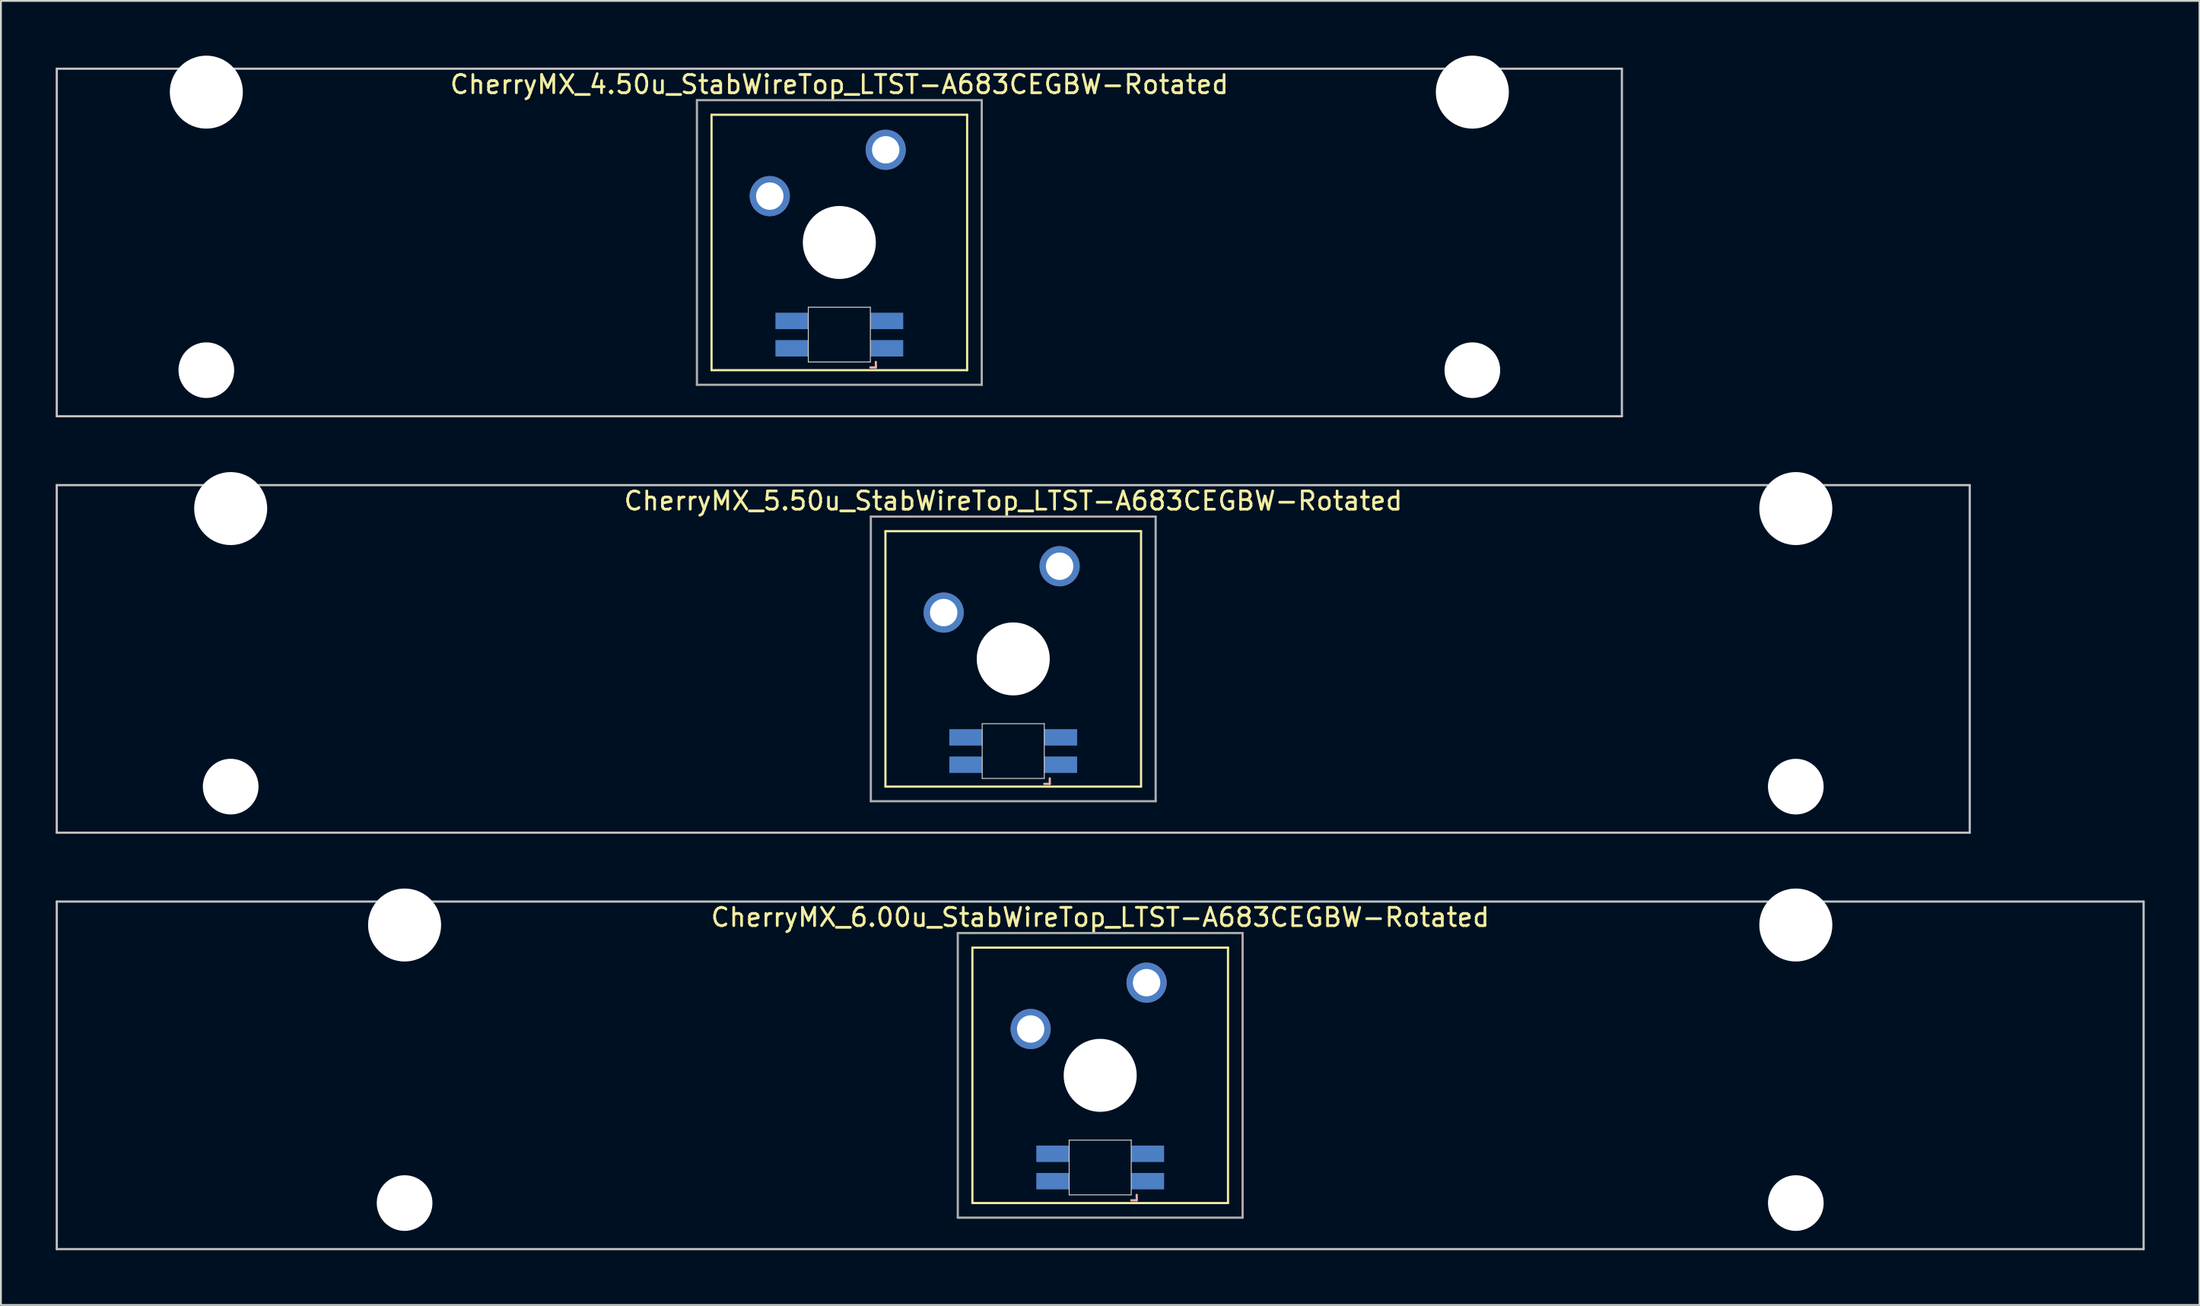
<source format=kicad_pcb>
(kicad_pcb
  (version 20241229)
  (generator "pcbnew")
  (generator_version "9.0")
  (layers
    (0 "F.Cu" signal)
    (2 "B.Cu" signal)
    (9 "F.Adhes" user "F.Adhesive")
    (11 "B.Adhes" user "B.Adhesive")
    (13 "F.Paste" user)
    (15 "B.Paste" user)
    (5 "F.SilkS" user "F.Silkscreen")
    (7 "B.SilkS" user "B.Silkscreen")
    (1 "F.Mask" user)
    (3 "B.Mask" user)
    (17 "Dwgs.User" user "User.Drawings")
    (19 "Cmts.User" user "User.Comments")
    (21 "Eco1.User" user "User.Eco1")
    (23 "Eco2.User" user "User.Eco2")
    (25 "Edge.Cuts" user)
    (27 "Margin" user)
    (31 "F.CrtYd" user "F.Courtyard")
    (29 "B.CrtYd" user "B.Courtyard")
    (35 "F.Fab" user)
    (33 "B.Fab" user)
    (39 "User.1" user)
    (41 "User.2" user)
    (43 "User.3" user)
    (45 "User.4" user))
  (footprint "CherryMX_6.00u_StabWireTop_LTST-A683CEGBW-Rotated"
    (layer "F.Cu")
    (at 57.21 55.89)
    (property "Reference" "CherryMX_6.00u_StabWireTop_LTST-A683CEGBW-Rotated" (at 0 -8.662 0) (layer "F.SilkS") (effects (font (size 1 1) (thickness 0.15))))
    (attr through_hole)
    (fp_line (start -7 -7) (end -7 7) (stroke (width 0.12) (type solid)) (layer "F.SilkS"))
    (fp_line (start -7 -7) (end 7 -7) (stroke (width 0.12) (type solid)) (layer "F.SilkS"))
    (fp_line (start 7 -7) (end 7 7) (stroke (width 0.12) (type solid)) (layer "F.SilkS"))
    (fp_line (start 7 7) (end -7 7) (stroke (width 0.12) (type solid)) (layer "F.SilkS"))
    (fp_line (start 1.7 6.85) (end 2 6.85) (stroke (width 0.12) (type solid)) (layer "B.SilkS"))
    (fp_line (start 2 6.85) (end 2 6.55) (stroke (width 0.12) (type solid)) (layer "B.SilkS"))
    (fp_line (start -57.15 -9.525) (end 57.15 -9.525) (stroke (width 0.12) (type solid)) (layer "Dwgs.User"))
    (fp_line (start -57.15 9.525) (end -57.15 -9.525) (stroke (width 0.12) (type solid)) (layer "Dwgs.User"))
    (fp_line (start 57.15 -9.525) (end 57.15 9.525) (stroke (width 0.12) (type solid)) (layer "Dwgs.User"))
    (fp_line (start 57.15 9.525) (end -57.15 9.525) (stroke (width 0.12) (type solid)) (layer "Dwgs.User"))
    (fp_line (start -1.7 3.55) (end 1.7 3.55) (stroke (width 0.05) (type solid)) (layer "Edge.Cuts"))
    (fp_line (start -1.7 6.55) (end -1.7 3.55) (stroke (width 0.05) (type solid)) (layer "Edge.Cuts"))
    (fp_line (start 1.7 3.55) (end 1.7 6.55) (stroke (width 0.05) (type solid)) (layer "Edge.Cuts"))
    (fp_line (start 1.7 6.55) (end -1.7 6.55) (stroke (width 0.05) (type solid)) (layer "Edge.Cuts"))
    (fp_line (start -7.8 -7.8) (end -7.8 7.8) (stroke (width 0.12) (type solid)) (layer "F.Fab"))
    (fp_line (start -7.8 -7.8) (end 7.8 -7.8) (stroke (width 0.12) (type solid)) (layer "F.Fab"))
    (fp_line (start -7.8 7.8) (end 7.8 7.8) (stroke (width 0.12) (type solid)) (layer "F.Fab"))
    (fp_line (start 7.8 -7.8) (end 7.8 7.8) (stroke (width 0.12) (type solid)) (layer "F.Fab"))
    (pad "" np_thru_hole circle (at -38.1 -8.24) (size 4 4) (drill 4) (layers "*.Cu" "*.Mask"))
    (pad "" np_thru_hole circle (at -38.1 7) (size 3.05 3.05) (drill 3.05) (layers "*.Cu" "*.Mask"))
    (pad "" np_thru_hole circle (at 0 0) (size 4 4) (drill 4) (layers "*.Cu" "*.Mask"))
    (pad "" np_thru_hole circle (at 38.1 -8.24) (size 4 4) (drill 4) (layers "*.Cu" "*.Mask"))
    (pad "" np_thru_hole circle (at 38.1 7) (size 3.05 3.05) (drill 3.05) (layers "*.Cu" "*.Mask"))
    (pad "1" thru_hole circle (at -3.81 -2.54) (size 2.2 2.2) (drill 1.5) (layers "*.Cu" "*.Mask"))
    (pad "2" thru_hole circle (at 2.54 -5.08) (size 2.2 2.2) (drill 1.5) (layers "*.Cu" "*.Mask"))
    (pad "3" smd rect (at 2.6 5.8) (size 1.8 0.9) (layers "B.Cu" "B.Mask" "B.Paste"))
    (pad "4" smd rect (at 2.6 4.3) (size 1.8 0.9) (layers "B.Cu" "B.Mask" "B.Paste"))
    (pad "5" smd rect (at -2.6 5.8) (size 1.8 0.9) (layers "B.Cu" "B.Mask" "B.Paste"))
    (pad "6" smd rect (at -2.6 4.3) (size 1.8 0.9) (layers "B.Cu" "B.Mask" "B.Paste")))
  (footprint "CherryMX_4.50u_StabWireTop_LTST-A683CEGBW-Rotated"
    (layer "F.Cu")
    (at 42.922 10.24)
    (property "Reference" "CherryMX_4.50u_StabWireTop_LTST-A683CEGBW-Rotated" (at 0 -8.662 0) (layer "F.SilkS") (effects (font (size 1 1) (thickness 0.15))))
    (attr through_hole)
    (fp_line (start -7 -7) (end -7 7) (stroke (width 0.12) (type solid)) (layer "F.SilkS"))
    (fp_line (start -7 -7) (end 7 -7) (stroke (width 0.12) (type solid)) (layer "F.SilkS"))
    (fp_line (start 7 -7) (end 7 7) (stroke (width 0.12) (type solid)) (layer "F.SilkS"))
    (fp_line (start 7 7) (end -7 7) (stroke (width 0.12) (type solid)) (layer "F.SilkS"))
    (fp_line (start 1.7 6.85) (end 2 6.85) (stroke (width 0.12) (type solid)) (layer "B.SilkS"))
    (fp_line (start 2 6.85) (end 2 6.55) (stroke (width 0.12) (type solid)) (layer "B.SilkS"))
    (fp_line (start -42.862 -9.525) (end 42.862 -9.525) (stroke (width 0.12) (type solid)) (layer "Dwgs.User"))
    (fp_line (start -42.862 9.525) (end -42.862 -9.525) (stroke (width 0.12) (type solid)) (layer "Dwgs.User"))
    (fp_line (start 42.862 -9.525) (end 42.862 9.525) (stroke (width 0.12) (type solid)) (layer "Dwgs.User"))
    (fp_line (start 42.862 9.525) (end -42.862 9.525) (stroke (width 0.12) (type solid)) (layer "Dwgs.User"))
    (fp_line (start -1.7 3.55) (end 1.7 3.55) (stroke (width 0.05) (type solid)) (layer "Edge.Cuts"))
    (fp_line (start -1.7 6.55) (end -1.7 3.55) (stroke (width 0.05) (type solid)) (layer "Edge.Cuts"))
    (fp_line (start 1.7 3.55) (end 1.7 6.55) (stroke (width 0.05) (type solid)) (layer "Edge.Cuts"))
    (fp_line (start 1.7 6.55) (end -1.7 6.55) (stroke (width 0.05) (type solid)) (layer "Edge.Cuts"))
    (fp_line (start -7.8 -7.8) (end -7.8 7.8) (stroke (width 0.12) (type solid)) (layer "F.Fab"))
    (fp_line (start -7.8 -7.8) (end 7.8 -7.8) (stroke (width 0.12) (type solid)) (layer "F.Fab"))
    (fp_line (start -7.8 7.8) (end 7.8 7.8) (stroke (width 0.12) (type solid)) (layer "F.Fab"))
    (fp_line (start 7.8 -7.8) (end 7.8 7.8) (stroke (width 0.12) (type solid)) (layer "F.Fab"))
    (pad "" np_thru_hole circle (at -34.671 -8.24) (size 4 4) (drill 4) (layers "*.Cu" "*.Mask"))
    (pad "" np_thru_hole circle (at -34.671 7) (size 3.05 3.05) (drill 3.05) (layers "*.Cu" "*.Mask"))
    (pad "" np_thru_hole circle (at 0 0) (size 4 4) (drill 4) (layers "*.Cu" "*.Mask"))
    (pad "" np_thru_hole circle (at 34.671 -8.24) (size 4 4) (drill 4) (layers "*.Cu" "*.Mask"))
    (pad "" np_thru_hole circle (at 34.671 7) (size 3.05 3.05) (drill 3.05) (layers "*.Cu" "*.Mask"))
    (pad "1" thru_hole circle (at -3.81 -2.54) (size 2.2 2.2) (drill 1.5) (layers "*.Cu" "*.Mask"))
    (pad "2" thru_hole circle (at 2.54 -5.08) (size 2.2 2.2) (drill 1.5) (layers "*.Cu" "*.Mask"))
    (pad "3" smd rect (at 2.6 5.8) (size 1.8 0.9) (layers "B.Cu" "B.Mask" "B.Paste"))
    (pad "4" smd rect (at 2.6 4.3) (size 1.8 0.9) (layers "B.Cu" "B.Mask" "B.Paste"))
    (pad "5" smd rect (at -2.6 5.8) (size 1.8 0.9) (layers "B.Cu" "B.Mask" "B.Paste"))
    (pad "6" smd rect (at -2.6 4.3) (size 1.8 0.9) (layers "B.Cu" "B.Mask" "B.Paste")))
  (footprint "CherryMX_5.50u_StabWireTop_LTST-A683CEGBW-Rotated"
    (layer "F.Cu")
    (at 52.447 33.065)
    (property "Reference" "CherryMX_5.50u_StabWireTop_LTST-A683CEGBW-Rotated" (at 0 -8.662 0) (layer "F.SilkS") (effects (font (size 1 1) (thickness 0.15))))
    (attr through_hole)
    (fp_line (start -7 -7) (end -7 7) (stroke (width 0.12) (type solid)) (layer "F.SilkS"))
    (fp_line (start -7 -7) (end 7 -7) (stroke (width 0.12) (type solid)) (layer "F.SilkS"))
    (fp_line (start 7 -7) (end 7 7) (stroke (width 0.12) (type solid)) (layer "F.SilkS"))
    (fp_line (start 7 7) (end -7 7) (stroke (width 0.12) (type solid)) (layer "F.SilkS"))
    (fp_line (start 1.7 6.85) (end 2 6.85) (stroke (width 0.12) (type solid)) (layer "B.SilkS"))
    (fp_line (start 2 6.85) (end 2 6.55) (stroke (width 0.12) (type solid)) (layer "B.SilkS"))
    (fp_line (start -52.388 -9.525) (end 52.388 -9.525) (stroke (width 0.12) (type solid)) (layer "Dwgs.User"))
    (fp_line (start -52.388 9.525) (end -52.388 -9.525) (stroke (width 0.12) (type solid)) (layer "Dwgs.User"))
    (fp_line (start 52.388 -9.525) (end 52.388 9.525) (stroke (width 0.12) (type solid)) (layer "Dwgs.User"))
    (fp_line (start 52.388 9.525) (end -52.388 9.525) (stroke (width 0.12) (type solid)) (layer "Dwgs.User"))
    (fp_line (start -1.7 3.55) (end 1.7 3.55) (stroke (width 0.05) (type solid)) (layer "Edge.Cuts"))
    (fp_line (start -1.7 6.55) (end -1.7 3.55) (stroke (width 0.05) (type solid)) (layer "Edge.Cuts"))
    (fp_line (start 1.7 3.55) (end 1.7 6.55) (stroke (width 0.05) (type solid)) (layer "Edge.Cuts"))
    (fp_line (start 1.7 6.55) (end -1.7 6.55) (stroke (width 0.05) (type solid)) (layer "Edge.Cuts"))
    (fp_line (start -7.8 -7.8) (end -7.8 7.8) (stroke (width 0.12) (type solid)) (layer "F.Fab"))
    (fp_line (start -7.8 -7.8) (end 7.8 -7.8) (stroke (width 0.12) (type solid)) (layer "F.Fab"))
    (fp_line (start -7.8 7.8) (end 7.8 7.8) (stroke (width 0.12) (type solid)) (layer "F.Fab"))
    (fp_line (start 7.8 -7.8) (end 7.8 7.8) (stroke (width 0.12) (type solid)) (layer "F.Fab"))
    (pad "" np_thru_hole circle (at -42.862 -8.24) (size 4 4) (drill 4) (layers "*.Cu" "*.Mask"))
    (pad "" np_thru_hole circle (at -42.862 7) (size 3.05 3.05) (drill 3.05) (layers "*.Cu" "*.Mask"))
    (pad "" np_thru_hole circle (at 0 0) (size 4 4) (drill 4) (layers "*.Cu" "*.Mask"))
    (pad "" np_thru_hole circle (at 42.862 -8.24) (size 4 4) (drill 4) (layers "*.Cu" "*.Mask"))
    (pad "" np_thru_hole circle (at 42.862 7) (size 3.05 3.05) (drill 3.05) (layers "*.Cu" "*.Mask"))
    (pad "1" thru_hole circle (at -3.81 -2.54) (size 2.2 2.2) (drill 1.5) (layers "*.Cu" "*.Mask"))
    (pad "2" thru_hole circle (at 2.54 -5.08) (size 2.2 2.2) (drill 1.5) (layers "*.Cu" "*.Mask"))
    (pad "3" smd rect (at 2.6 5.8) (size 1.8 0.9) (layers "B.Cu" "B.Mask" "B.Paste"))
    (pad "4" smd rect (at 2.6 4.3) (size 1.8 0.9) (layers "B.Cu" "B.Mask" "B.Paste"))
    (pad "5" smd rect (at -2.6 5.8) (size 1.8 0.9) (layers "B.Cu" "B.Mask" "B.Paste"))
    (pad "6" smd rect (at -2.6 4.3) (size 1.8 0.9) (layers "B.Cu" "B.Mask" "B.Paste")))
  (gr_rect
    (start -3 -3)
    (end 117.42 68.475)
    (stroke (width 0.1) (type default))
    (fill no)
    (layer "Edge.Cuts")))
</source>
